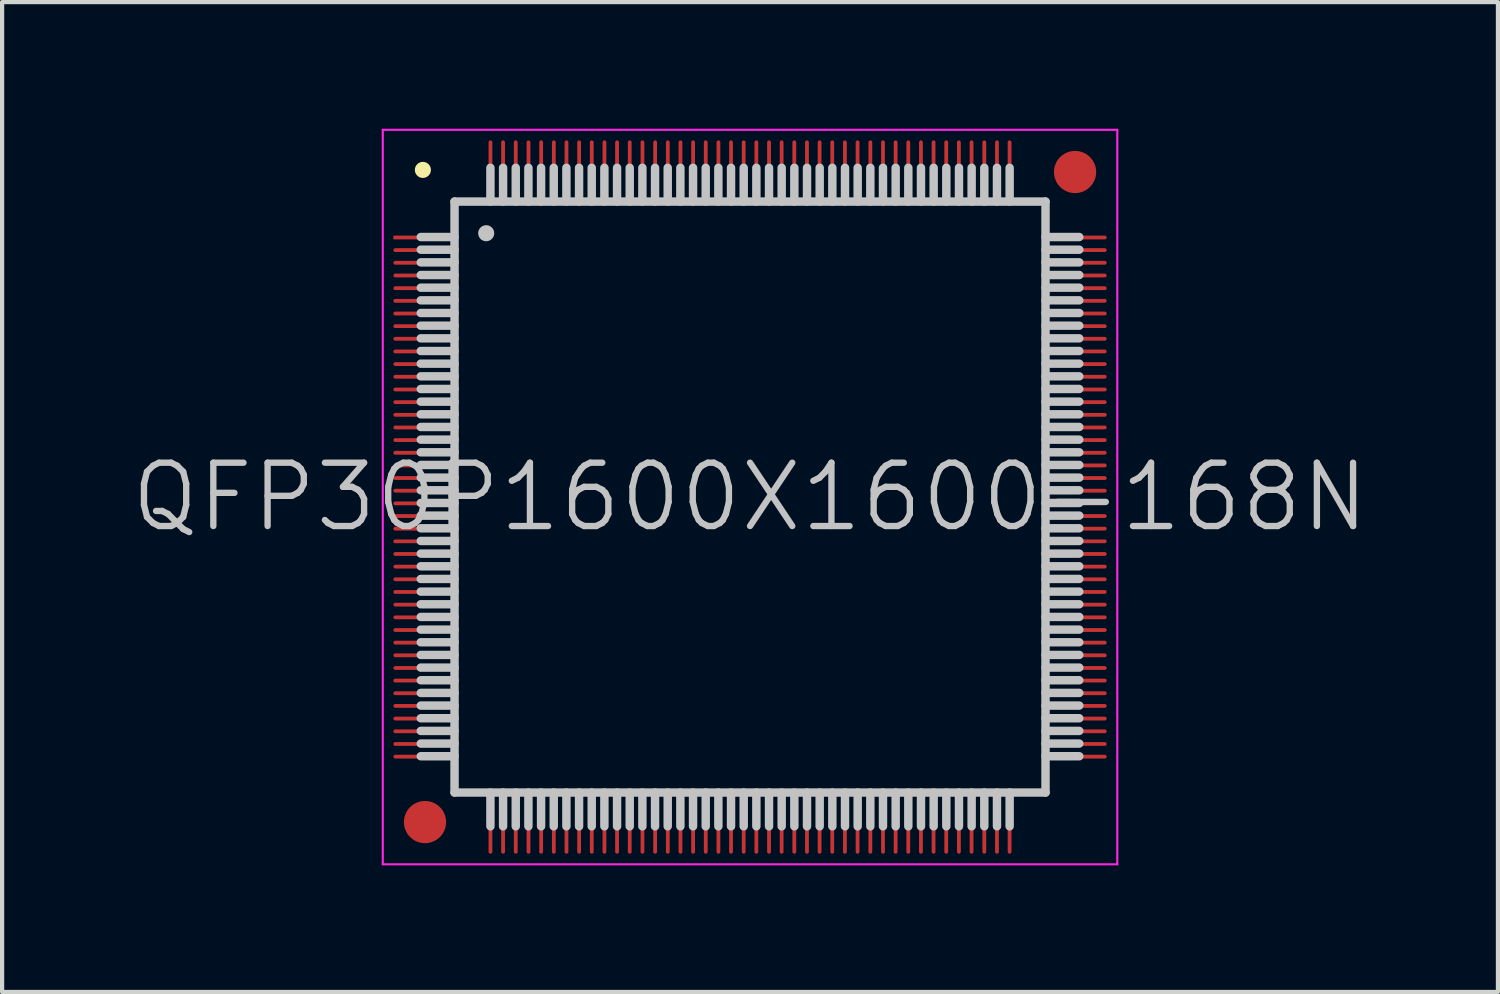
<source format=kicad_pcb>
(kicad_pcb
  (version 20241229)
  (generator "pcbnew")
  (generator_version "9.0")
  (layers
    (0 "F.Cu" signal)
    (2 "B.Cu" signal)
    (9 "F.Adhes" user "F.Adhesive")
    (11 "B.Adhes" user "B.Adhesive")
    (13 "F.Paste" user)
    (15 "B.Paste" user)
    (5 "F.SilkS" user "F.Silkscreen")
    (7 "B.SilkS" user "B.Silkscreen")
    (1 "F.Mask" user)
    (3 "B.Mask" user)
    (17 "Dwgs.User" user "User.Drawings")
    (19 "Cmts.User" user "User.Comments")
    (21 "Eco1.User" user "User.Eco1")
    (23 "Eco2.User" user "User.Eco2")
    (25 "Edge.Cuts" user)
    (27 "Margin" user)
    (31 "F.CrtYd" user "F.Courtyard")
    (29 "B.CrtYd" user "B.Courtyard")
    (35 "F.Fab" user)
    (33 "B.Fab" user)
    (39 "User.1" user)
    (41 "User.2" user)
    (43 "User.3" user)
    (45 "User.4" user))
  (footprint "QFP30P1600X1600-168N"
    (layer "F.Cu")
    (at 14.718 8.725)
    (property "Reference" "QFP30P1600X1600-168N" (at 0 0 0) (layer "Dwgs.User") (effects (font (size 1.5 1.5) (thickness 0.15))))
    (attr smd)
    (fp_line (start -7.75 -7.75) (end -7.75 -7.75) (stroke (width 0.381) (type solid)) (layer "F.SilkS"))
    (fp_line (start -7 -7) (end -7 7) (stroke (width 0.2) (type solid)) (layer "Dwgs.User"))
    (fp_line (start -7 -7) (end 7 -7) (stroke (width 0.2) (type solid)) (layer "Dwgs.User"))
    (fp_line (start -7 -6.16) (end -7.8 -6.16) (stroke (width 0.2) (type solid)) (layer "Dwgs.User"))
    (fp_line (start -7 -5.86) (end -7.8 -5.86) (stroke (width 0.2) (type solid)) (layer "Dwgs.User"))
    (fp_line (start -7 -5.56) (end -7.8 -5.56) (stroke (width 0.2) (type solid)) (layer "Dwgs.User"))
    (fp_line (start -7 -5.26) (end -7.8 -5.26) (stroke (width 0.2) (type solid)) (layer "Dwgs.User"))
    (fp_line (start -7 -4.96) (end -7.8 -4.96) (stroke (width 0.2) (type solid)) (layer "Dwgs.User"))
    (fp_line (start -7 -4.66) (end -7.8 -4.66) (stroke (width 0.2) (type solid)) (layer "Dwgs.User"))
    (fp_line (start -7 -4.36) (end -7.8 -4.36) (stroke (width 0.2) (type solid)) (layer "Dwgs.User"))
    (fp_line (start -7 -4.06) (end -7.8 -4.06) (stroke (width 0.2) (type solid)) (layer "Dwgs.User"))
    (fp_line (start -7 -3.76) (end -7.8 -3.76) (stroke (width 0.2) (type solid)) (layer "Dwgs.User"))
    (fp_line (start -7 -3.46) (end -7.8 -3.46) (stroke (width 0.2) (type solid)) (layer "Dwgs.User"))
    (fp_line (start -7 -3.16) (end -7.8 -3.16) (stroke (width 0.2) (type solid)) (layer "Dwgs.User"))
    (fp_line (start -7 -2.86) (end -7.8 -2.86) (stroke (width 0.2) (type solid)) (layer "Dwgs.User"))
    (fp_line (start -7 -2.56) (end -7.8 -2.56) (stroke (width 0.2) (type solid)) (layer "Dwgs.User"))
    (fp_line (start -7 -2.26) (end -7.8 -2.26) (stroke (width 0.2) (type solid)) (layer "Dwgs.User"))
    (fp_line (start -7 -1.96) (end -7.8 -1.96) (stroke (width 0.2) (type solid)) (layer "Dwgs.User"))
    (fp_line (start -7 -1.66) (end -7.8 -1.66) (stroke (width 0.2) (type solid)) (layer "Dwgs.User"))
    (fp_line (start -7 -1.36) (end -7.8 -1.36) (stroke (width 0.2) (type solid)) (layer "Dwgs.User"))
    (fp_line (start -7 -1.06) (end -7.8 -1.06) (stroke (width 0.2) (type solid)) (layer "Dwgs.User"))
    (fp_line (start -7 -0.76) (end -7.8 -0.76) (stroke (width 0.2) (type solid)) (layer "Dwgs.User"))
    (fp_line (start -7 -0.46) (end -7.8 -0.46) (stroke (width 0.2) (type solid)) (layer "Dwgs.User"))
    (fp_line (start -7 -0.16) (end -7.8 -0.16) (stroke (width 0.2) (type solid)) (layer "Dwgs.User"))
    (fp_line (start -7 0.14) (end -7.8 0.14) (stroke (width 0.2) (type solid)) (layer "Dwgs.User"))
    (fp_line (start -7 0.44) (end -7.8 0.44) (stroke (width 0.2) (type solid)) (layer "Dwgs.User"))
    (fp_line (start -7 0.74) (end -7.8 0.74) (stroke (width 0.2) (type solid)) (layer "Dwgs.User"))
    (fp_line (start -7 1.04) (end -7.8 1.04) (stroke (width 0.2) (type solid)) (layer "Dwgs.User"))
    (fp_line (start -7 1.34) (end -7.8 1.34) (stroke (width 0.2) (type solid)) (layer "Dwgs.User"))
    (fp_line (start -7 1.64) (end -7.8 1.64) (stroke (width 0.2) (type solid)) (layer "Dwgs.User"))
    (fp_line (start -7 1.94) (end -7.8 1.94) (stroke (width 0.2) (type solid)) (layer "Dwgs.User"))
    (fp_line (start -7 2.24) (end -7.8 2.24) (stroke (width 0.2) (type solid)) (layer "Dwgs.User"))
    (fp_line (start -7 2.54) (end -7.8 2.54) (stroke (width 0.2) (type solid)) (layer "Dwgs.User"))
    (fp_line (start -7 2.84) (end -7.8 2.84) (stroke (width 0.2) (type solid)) (layer "Dwgs.User"))
    (fp_line (start -7 3.14) (end -7.8 3.14) (stroke (width 0.2) (type solid)) (layer "Dwgs.User"))
    (fp_line (start -7 3.44) (end -7.8 3.44) (stroke (width 0.2) (type solid)) (layer "Dwgs.User"))
    (fp_line (start -7 3.74) (end -7.8 3.74) (stroke (width 0.2) (type solid)) (layer "Dwgs.User"))
    (fp_line (start -7 4.04) (end -7.8 4.04) (stroke (width 0.2) (type solid)) (layer "Dwgs.User"))
    (fp_line (start -7 4.34) (end -7.8 4.34) (stroke (width 0.2) (type solid)) (layer "Dwgs.User"))
    (fp_line (start -7 4.64) (end -7.8 4.64) (stroke (width 0.2) (type solid)) (layer "Dwgs.User"))
    (fp_line (start -7 4.94) (end -7.8 4.94) (stroke (width 0.2) (type solid)) (layer "Dwgs.User"))
    (fp_line (start -7 5.24) (end -7.8 5.24) (stroke (width 0.2) (type solid)) (layer "Dwgs.User"))
    (fp_line (start -7 5.54) (end -7.8 5.54) (stroke (width 0.2) (type solid)) (layer "Dwgs.User"))
    (fp_line (start -7 5.84) (end -7.8 5.84) (stroke (width 0.2) (type solid)) (layer "Dwgs.User"))
    (fp_line (start -7 6.14) (end -7.8 6.14) (stroke (width 0.2) (type solid)) (layer "Dwgs.User"))
    (fp_line (start -7 7) (end 7 7) (stroke (width 0.2) (type solid)) (layer "Dwgs.User"))
    (fp_line (start -6.25 -6.25) (end -6.25 -6.25) (stroke (width 0.381) (type solid)) (layer "Dwgs.User"))
    (fp_line (start -6.15 -7) (end -6.15 -7.8) (stroke (width 0.2) (type solid)) (layer "Dwgs.User"))
    (fp_line (start -6.15 7.8) (end -6.15 7) (stroke (width 0.2) (type solid)) (layer "Dwgs.User"))
    (fp_line (start -5.85 -7) (end -5.85 -7.8) (stroke (width 0.2) (type solid)) (layer "Dwgs.User"))
    (fp_line (start -5.85 7.8) (end -5.85 7) (stroke (width 0.2) (type solid)) (layer "Dwgs.User"))
    (fp_line (start -5.55 -7) (end -5.55 -7.8) (stroke (width 0.2) (type solid)) (layer "Dwgs.User"))
    (fp_line (start -5.55 7.8) (end -5.55 7) (stroke (width 0.2) (type solid)) (layer "Dwgs.User"))
    (fp_line (start -5.25 -7) (end -5.25 -7.8) (stroke (width 0.2) (type solid)) (layer "Dwgs.User"))
    (fp_line (start -5.25 7.8) (end -5.25 7) (stroke (width 0.2) (type solid)) (layer "Dwgs.User"))
    (fp_line (start -4.95 -7) (end -4.95 -7.8) (stroke (width 0.2) (type solid)) (layer "Dwgs.User"))
    (fp_line (start -4.95 7.8) (end -4.95 7) (stroke (width 0.2) (type solid)) (layer "Dwgs.User"))
    (fp_line (start -4.65 -7) (end -4.65 -7.8) (stroke (width 0.2) (type solid)) (layer "Dwgs.User"))
    (fp_line (start -4.65 7.8) (end -4.65 7) (stroke (width 0.2) (type solid)) (layer "Dwgs.User"))
    (fp_line (start -4.35 -7) (end -4.35 -7.8) (stroke (width 0.2) (type solid)) (layer "Dwgs.User"))
    (fp_line (start -4.35 7.8) (end -4.35 7) (stroke (width 0.2) (type solid)) (layer "Dwgs.User"))
    (fp_line (start -4.05 -7) (end -4.05 -7.8) (stroke (width 0.2) (type solid)) (layer "Dwgs.User"))
    (fp_line (start -4.05 7.8) (end -4.05 7) (stroke (width 0.2) (type solid)) (layer "Dwgs.User"))
    (fp_line (start -3.75 -7) (end -3.75 -7.8) (stroke (width 0.2) (type solid)) (layer "Dwgs.User"))
    (fp_line (start -3.75 7.8) (end -3.75 7) (stroke (width 0.2) (type solid)) (layer "Dwgs.User"))
    (fp_line (start -3.45 -7) (end -3.45 -7.8) (stroke (width 0.2) (type solid)) (layer "Dwgs.User"))
    (fp_line (start -3.45 7.8) (end -3.45 7) (stroke (width 0.2) (type solid)) (layer "Dwgs.User"))
    (fp_line (start -3.15 -7) (end -3.15 -7.8) (stroke (width 0.2) (type solid)) (layer "Dwgs.User"))
    (fp_line (start -3.15 7.8) (end -3.15 7) (stroke (width 0.2) (type solid)) (layer "Dwgs.User"))
    (fp_line (start -2.85 -7) (end -2.85 -7.8) (stroke (width 0.2) (type solid)) (layer "Dwgs.User"))
    (fp_line (start -2.85 7.8) (end -2.85 7) (stroke (width 0.2) (type solid)) (layer "Dwgs.User"))
    (fp_line (start -2.55 -7) (end -2.55 -7.8) (stroke (width 0.2) (type solid)) (layer "Dwgs.User"))
    (fp_line (start -2.55 7.8) (end -2.55 7) (stroke (width 0.2) (type solid)) (layer "Dwgs.User"))
    (fp_line (start -2.25 -7) (end -2.25 -7.8) (stroke (width 0.2) (type solid)) (layer "Dwgs.User"))
    (fp_line (start -2.25 7.8) (end -2.25 7) (stroke (width 0.2) (type solid)) (layer "Dwgs.User"))
    (fp_line (start -1.95 -7) (end -1.95 -7.8) (stroke (width 0.2) (type solid)) (layer "Dwgs.User"))
    (fp_line (start -1.95 7.8) (end -1.95 7) (stroke (width 0.2) (type solid)) (layer "Dwgs.User"))
    (fp_line (start -1.65 -7) (end -1.65 -7.8) (stroke (width 0.2) (type solid)) (layer "Dwgs.User"))
    (fp_line (start -1.65 7.8) (end -1.65 7) (stroke (width 0.2) (type solid)) (layer "Dwgs.User"))
    (fp_line (start -1.35 -7) (end -1.35 -7.8) (stroke (width 0.2) (type solid)) (layer "Dwgs.User"))
    (fp_line (start -1.35 7.8) (end -1.35 7) (stroke (width 0.2) (type solid)) (layer "Dwgs.User"))
    (fp_line (start -1.05 -7) (end -1.05 -7.8) (stroke (width 0.2) (type solid)) (layer "Dwgs.User"))
    (fp_line (start -1.05 7.8) (end -1.05 7) (stroke (width 0.2) (type solid)) (layer "Dwgs.User"))
    (fp_line (start -0.75 -7) (end -0.75 -7.8) (stroke (width 0.2) (type solid)) (layer "Dwgs.User"))
    (fp_line (start -0.75 7.8) (end -0.75 7) (stroke (width 0.2) (type solid)) (layer "Dwgs.User"))
    (fp_line (start -0.45 -7) (end -0.45 -7.8) (stroke (width 0.2) (type solid)) (layer "Dwgs.User"))
    (fp_line (start -0.45 7.8) (end -0.45 7) (stroke (width 0.2) (type solid)) (layer "Dwgs.User"))
    (fp_line (start -0.15 -7) (end -0.15 -7.8) (stroke (width 0.2) (type solid)) (layer "Dwgs.User"))
    (fp_line (start -0.15 7.8) (end -0.15 7) (stroke (width 0.2) (type solid)) (layer "Dwgs.User"))
    (fp_line (start 0.15 -7) (end 0.15 -7.8) (stroke (width 0.2) (type solid)) (layer "Dwgs.User"))
    (fp_line (start 0.15 7.8) (end 0.15 7) (stroke (width 0.2) (type solid)) (layer "Dwgs.User"))
    (fp_line (start 0.45 -7) (end 0.45 -7.8) (stroke (width 0.2) (type solid)) (layer "Dwgs.User"))
    (fp_line (start 0.45 7.8) (end 0.45 7) (stroke (width 0.2) (type solid)) (layer "Dwgs.User"))
    (fp_line (start 0.75 -7) (end 0.75 -7.8) (stroke (width 0.2) (type solid)) (layer "Dwgs.User"))
    (fp_line (start 0.75 7.8) (end 0.75 7) (stroke (width 0.2) (type solid)) (layer "Dwgs.User"))
    (fp_line (start 1.05 -7) (end 1.05 -7.8) (stroke (width 0.2) (type solid)) (layer "Dwgs.User"))
    (fp_line (start 1.05 7.8) (end 1.05 7) (stroke (width 0.2) (type solid)) (layer "Dwgs.User"))
    (fp_line (start 1.35 -7) (end 1.35 -7.8) (stroke (width 0.2) (type solid)) (layer "Dwgs.User"))
    (fp_line (start 1.35 7.8) (end 1.35 7) (stroke (width 0.2) (type solid)) (layer "Dwgs.User"))
    (fp_line (start 1.65 -7) (end 1.65 -7.8) (stroke (width 0.2) (type solid)) (layer "Dwgs.User"))
    (fp_line (start 1.65 7.8) (end 1.65 7) (stroke (width 0.2) (type solid)) (layer "Dwgs.User"))
    (fp_line (start 1.95 -7) (end 1.95 -7.8) (stroke (width 0.2) (type solid)) (layer "Dwgs.User"))
    (fp_line (start 1.95 7.8) (end 1.95 7) (stroke (width 0.2) (type solid)) (layer "Dwgs.User"))
    (fp_line (start 2.25 -7) (end 2.25 -7.8) (stroke (width 0.2) (type solid)) (layer "Dwgs.User"))
    (fp_line (start 2.25 7.8) (end 2.25 7) (stroke (width 0.2) (type solid)) (layer "Dwgs.User"))
    (fp_line (start 2.55 -7) (end 2.55 -7.8) (stroke (width 0.2) (type solid)) (layer "Dwgs.User"))
    (fp_line (start 2.55 7.8) (end 2.55 7) (stroke (width 0.2) (type solid)) (layer "Dwgs.User"))
    (fp_line (start 2.85 -7) (end 2.85 -7.8) (stroke (width 0.2) (type solid)) (layer "Dwgs.User"))
    (fp_line (start 2.85 7.8) (end 2.85 7) (stroke (width 0.2) (type solid)) (layer "Dwgs.User"))
    (fp_line (start 3.15 -7) (end 3.15 -7.8) (stroke (width 0.2) (type solid)) (layer "Dwgs.User"))
    (fp_line (start 3.15 7.8) (end 3.15 7) (stroke (width 0.2) (type solid)) (layer "Dwgs.User"))
    (fp_line (start 3.45 -7) (end 3.45 -7.8) (stroke (width 0.2) (type solid)) (layer "Dwgs.User"))
    (fp_line (start 3.45 7.8) (end 3.45 7) (stroke (width 0.2) (type solid)) (layer "Dwgs.User"))
    (fp_line (start 3.75 -7) (end 3.75 -7.8) (stroke (width 0.2) (type solid)) (layer "Dwgs.User"))
    (fp_line (start 3.75 7.8) (end 3.75 7) (stroke (width 0.2) (type solid)) (layer "Dwgs.User"))
    (fp_line (start 4.05 -7) (end 4.05 -7.8) (stroke (width 0.2) (type solid)) (layer "Dwgs.User"))
    (fp_line (start 4.05 7.8) (end 4.05 7) (stroke (width 0.2) (type solid)) (layer "Dwgs.User"))
    (fp_line (start 4.35 -7) (end 4.35 -7.8) (stroke (width 0.2) (type solid)) (layer "Dwgs.User"))
    (fp_line (start 4.35 7.8) (end 4.35 7) (stroke (width 0.2) (type solid)) (layer "Dwgs.User"))
    (fp_line (start 4.65 -7) (end 4.65 -7.8) (stroke (width 0.2) (type solid)) (layer "Dwgs.User"))
    (fp_line (start 4.65 7.8) (end 4.65 7) (stroke (width 0.2) (type solid)) (layer "Dwgs.User"))
    (fp_line (start 4.95 -7) (end 4.95 -7.8) (stroke (width 0.2) (type solid)) (layer "Dwgs.User"))
    (fp_line (start 4.95 7.8) (end 4.95 7) (stroke (width 0.2) (type solid)) (layer "Dwgs.User"))
    (fp_line (start 5.25 -7) (end 5.25 -7.8) (stroke (width 0.2) (type solid)) (layer "Dwgs.User"))
    (fp_line (start 5.25 7.8) (end 5.25 7) (stroke (width 0.2) (type solid)) (layer "Dwgs.User"))
    (fp_line (start 5.55 -7) (end 5.55 -7.8) (stroke (width 0.2) (type solid)) (layer "Dwgs.User"))
    (fp_line (start 5.55 7.8) (end 5.55 7) (stroke (width 0.2) (type solid)) (layer "Dwgs.User"))
    (fp_line (start 5.85 -7) (end 5.85 -7.8) (stroke (width 0.2) (type solid)) (layer "Dwgs.User"))
    (fp_line (start 5.85 7.8) (end 5.85 7) (stroke (width 0.2) (type solid)) (layer "Dwgs.User"))
    (fp_line (start 6.15 -7) (end 6.15 -7.8) (stroke (width 0.2) (type solid)) (layer "Dwgs.User"))
    (fp_line (start 6.15 7.8) (end 6.15 7) (stroke (width 0.2) (type solid)) (layer "Dwgs.User"))
    (fp_line (start 7 -7) (end 7 7) (stroke (width 0.2) (type solid)) (layer "Dwgs.User"))
    (fp_line (start 7.8 -6.16) (end 7 -6.16) (stroke (width 0.2) (type solid)) (layer "Dwgs.User"))
    (fp_line (start 7.8 -5.86) (end 7 -5.86) (stroke (width 0.2) (type solid)) (layer "Dwgs.User"))
    (fp_line (start 7.8 -5.56) (end 7 -5.56) (stroke (width 0.2) (type solid)) (layer "Dwgs.User"))
    (fp_line (start 7.8 -5.26) (end 7 -5.26) (stroke (width 0.2) (type solid)) (layer "Dwgs.User"))
    (fp_line (start 7.8 -4.96) (end 7 -4.96) (stroke (width 0.2) (type solid)) (layer "Dwgs.User"))
    (fp_line (start 7.8 -4.66) (end 7 -4.66) (stroke (width 0.2) (type solid)) (layer "Dwgs.User"))
    (fp_line (start 7.8 -4.36) (end 7 -4.36) (stroke (width 0.2) (type solid)) (layer "Dwgs.User"))
    (fp_line (start 7.8 -4.06) (end 7 -4.06) (stroke (width 0.2) (type solid)) (layer "Dwgs.User"))
    (fp_line (start 7.8 -3.76) (end 7 -3.76) (stroke (width 0.2) (type solid)) (layer "Dwgs.User"))
    (fp_line (start 7.8 -3.46) (end 7 -3.46) (stroke (width 0.2) (type solid)) (layer "Dwgs.User"))
    (fp_line (start 7.8 -3.16) (end 7 -3.16) (stroke (width 0.2) (type solid)) (layer "Dwgs.User"))
    (fp_line (start 7.8 -2.86) (end 7 -2.86) (stroke (width 0.2) (type solid)) (layer "Dwgs.User"))
    (fp_line (start 7.8 -2.56) (end 7 -2.56) (stroke (width 0.2) (type solid)) (layer "Dwgs.User"))
    (fp_line (start 7.8 -2.26) (end 7 -2.26) (stroke (width 0.2) (type solid)) (layer "Dwgs.User"))
    (fp_line (start 7.8 -1.96) (end 7 -1.96) (stroke (width 0.2) (type solid)) (layer "Dwgs.User"))
    (fp_line (start 7.8 -1.66) (end 7 -1.66) (stroke (width 0.2) (type solid)) (layer "Dwgs.User"))
    (fp_line (start 7.8 -1.36) (end 7 -1.36) (stroke (width 0.2) (type solid)) (layer "Dwgs.User"))
    (fp_line (start 7.8 -1.06) (end 7 -1.06) (stroke (width 0.2) (type solid)) (layer "Dwgs.User"))
    (fp_line (start 7.8 -0.76) (end 7 -0.76) (stroke (width 0.2) (type solid)) (layer "Dwgs.User"))
    (fp_line (start 7.8 -0.46) (end 7 -0.46) (stroke (width 0.2) (type solid)) (layer "Dwgs.User"))
    (fp_line (start 7.8 -0.16) (end 7 -0.16) (stroke (width 0.2) (type solid)) (layer "Dwgs.User"))
    (fp_line (start 7.8 0.14) (end 7 0.14) (stroke (width 0.2) (type solid)) (layer "Dwgs.User"))
    (fp_line (start 7.8 0.44) (end 7 0.44) (stroke (width 0.2) (type solid)) (layer "Dwgs.User"))
    (fp_line (start 7.8 0.74) (end 7 0.74) (stroke (width 0.2) (type solid)) (layer "Dwgs.User"))
    (fp_line (start 7.8 1.04) (end 7 1.04) (stroke (width 0.2) (type solid)) (layer "Dwgs.User"))
    (fp_line (start 7.8 1.34) (end 7 1.34) (stroke (width 0.2) (type solid)) (layer "Dwgs.User"))
    (fp_line (start 7.8 1.64) (end 7 1.64) (stroke (width 0.2) (type solid)) (layer "Dwgs.User"))
    (fp_line (start 7.8 1.94) (end 7 1.94) (stroke (width 0.2) (type solid)) (layer "Dwgs.User"))
    (fp_line (start 7.8 2.24) (end 7 2.24) (stroke (width 0.2) (type solid)) (layer "Dwgs.User"))
    (fp_line (start 7.8 2.54) (end 7 2.54) (stroke (width 0.2) (type solid)) (layer "Dwgs.User"))
    (fp_line (start 7.8 2.84) (end 7 2.84) (stroke (width 0.2) (type solid)) (layer "Dwgs.User"))
    (fp_line (start 7.8 3.14) (end 7 3.14) (stroke (width 0.2) (type solid)) (layer "Dwgs.User"))
    (fp_line (start 7.8 3.44) (end 7 3.44) (stroke (width 0.2) (type solid)) (layer "Dwgs.User"))
    (fp_line (start 7.8 3.74) (end 7 3.74) (stroke (width 0.2) (type solid)) (layer "Dwgs.User"))
    (fp_line (start 7.8 4.04) (end 7 4.04) (stroke (width 0.2) (type solid)) (layer "Dwgs.User"))
    (fp_line (start 7.8 4.34) (end 7 4.34) (stroke (width 0.2) (type solid)) (layer "Dwgs.User"))
    (fp_line (start 7.8 4.64) (end 7 4.64) (stroke (width 0.2) (type solid)) (layer "Dwgs.User"))
    (fp_line (start 7.8 4.94) (end 7 4.94) (stroke (width 0.2) (type solid)) (layer "Dwgs.User"))
    (fp_line (start 7.8 5.24) (end 7 5.24) (stroke (width 0.2) (type solid)) (layer "Dwgs.User"))
    (fp_line (start 7.8 5.54) (end 7 5.54) (stroke (width 0.2) (type solid)) (layer "Dwgs.User"))
    (fp_line (start 7.8 5.84) (end 7 5.84) (stroke (width 0.2) (type solid)) (layer "Dwgs.User"))
    (fp_line (start 7.8 6.14) (end 7 6.14) (stroke (width 0.2) (type solid)) (layer "Dwgs.User"))
    (fp_line (start -8.7 -8.7) (end -8.7 8.7) (stroke (width 0.05) (type solid)) (layer "F.CrtYd"))
    (fp_line (start -8.7 -8.7) (end 8.7 -8.7) (stroke (width 0.05) (type solid)) (layer "F.CrtYd"))
    (fp_line (start -8.7 8.7) (end 8.7 8.7) (stroke (width 0.05) (type solid)) (layer "F.CrtYd"))
    (fp_line (start 8.7 -8.7) (end 8.7 8.7) (stroke (width 0.05) (type solid)) (layer "F.CrtYd"))
    (pad "" smd circle (at -7.7 7.7) (size 1 1) (layers "F.Cu" "F.Mask"))
    (pad "" smd circle (at 7.7 -7.7) (size 1 1) (layers "F.Cu" "F.Mask"))
    (pad "1" smd rect (at -7.699 -6.149 90) (size 0.09 1.5) (layers "F.Cu" "F.Mask" "F.Paste"))
    (pad "2" smd oval (at -7.699 -5.85 90) (size 0.09 1.5) (layers "F.Cu" "F.Mask" "F.Paste"))
    (pad "3" smd oval (at -7.699 -5.55 90) (size 0.09 1.5) (layers "F.Cu" "F.Mask" "F.Paste"))
    (pad "4" smd oval (at -7.699 -5.248 90) (size 0.09 1.5) (layers "F.Cu" "F.Mask" "F.Paste"))
    (pad "5" smd oval (at -7.699 -4.948 90) (size 0.09 1.5) (layers "F.Cu" "F.Mask" "F.Paste"))
    (pad "6" smd oval (at -7.699 -4.648 90) (size 0.09 1.5) (layers "F.Cu" "F.Mask" "F.Paste"))
    (pad "7" smd oval (at -7.699 -4.348 90) (size 0.09 1.5) (layers "F.Cu" "F.Mask" "F.Paste"))
    (pad "8" smd oval (at -7.699 -4.049 90) (size 0.09 1.5) (layers "F.Cu" "F.Mask" "F.Paste"))
    (pad "9" smd oval (at -7.699 -3.749 90) (size 0.09 1.5) (layers "F.Cu" "F.Mask" "F.Paste"))
    (pad "10" smd oval (at -7.699 -3.449 90) (size 0.09 1.5) (layers "F.Cu" "F.Mask" "F.Paste"))
    (pad "11" smd oval (at -7.699 -3.15 90) (size 0.09 1.5) (layers "F.Cu" "F.Mask" "F.Paste"))
    (pad "12" smd oval (at -7.699 -2.85 90) (size 0.09 1.5) (layers "F.Cu" "F.Mask" "F.Paste"))
    (pad "13" smd oval (at -7.699 -2.548 90) (size 0.09 1.5) (layers "F.Cu" "F.Mask" "F.Paste"))
    (pad "14" smd oval (at -7.699 -2.248 90) (size 0.09 1.5) (layers "F.Cu" "F.Mask" "F.Paste"))
    (pad "15" smd oval (at -7.699 -1.948 90) (size 0.09 1.5) (layers "F.Cu" "F.Mask" "F.Paste"))
    (pad "16" smd oval (at -7.699 -1.648 90) (size 0.09 1.5) (layers "F.Cu" "F.Mask" "F.Paste"))
    (pad "17" smd oval (at -7.699 -1.349 90) (size 0.09 1.5) (layers "F.Cu" "F.Mask" "F.Paste"))
    (pad "18" smd oval (at -7.699 -1.049 90) (size 0.09 1.5) (layers "F.Cu" "F.Mask" "F.Paste"))
    (pad "19" smd oval (at -7.699 -0.749 90) (size 0.09 1.5) (layers "F.Cu" "F.Mask" "F.Paste"))
    (pad "20" smd oval (at -7.699 -0.45 90) (size 0.09 1.5) (layers "F.Cu" "F.Mask" "F.Paste"))
    (pad "21" smd oval (at -7.699 -0.15 90) (size 0.09 1.5) (layers "F.Cu" "F.Mask" "F.Paste"))
    (pad "22" smd oval (at -7.699 0.15 90) (size 0.09 1.5) (layers "F.Cu" "F.Mask" "F.Paste"))
    (pad "23" smd oval (at -7.699 0.45 90) (size 0.09 1.5) (layers "F.Cu" "F.Mask" "F.Paste"))
    (pad "24" smd oval (at -7.699 0.749 90) (size 0.09 1.5) (layers "F.Cu" "F.Mask" "F.Paste"))
    (pad "25" smd oval (at -7.699 1.049 90) (size 0.09 1.5) (layers "F.Cu" "F.Mask" "F.Paste"))
    (pad "26" smd oval (at -7.699 1.349 90) (size 0.09 1.5) (layers "F.Cu" "F.Mask" "F.Paste"))
    (pad "27" smd oval (at -7.699 1.648 90) (size 0.09 1.5) (layers "F.Cu" "F.Mask" "F.Paste"))
    (pad "28" smd oval (at -7.699 1.948 90) (size 0.09 1.5) (layers "F.Cu" "F.Mask" "F.Paste"))
    (pad "29" smd oval (at -7.699 2.248 90) (size 0.09 1.5) (layers "F.Cu" "F.Mask" "F.Paste"))
    (pad "30" smd oval (at -7.699 2.548 90) (size 0.09 1.5) (layers "F.Cu" "F.Mask" "F.Paste"))
    (pad "31" smd oval (at -7.699 2.85 90) (size 0.09 1.5) (layers "F.Cu" "F.Mask" "F.Paste"))
    (pad "32" smd oval (at -7.699 3.15 90) (size 0.09 1.5) (layers "F.Cu" "F.Mask" "F.Paste"))
    (pad "33" smd oval (at -7.699 3.449 90) (size 0.09 1.5) (layers "F.Cu" "F.Mask" "F.Paste"))
    (pad "34" smd oval (at -7.699 3.749 90) (size 0.09 1.5) (layers "F.Cu" "F.Mask" "F.Paste"))
    (pad "35" smd oval (at -7.699 4.049 90) (size 0.09 1.5) (layers "F.Cu" "F.Mask" "F.Paste"))
    (pad "36" smd oval (at -7.699 4.348 90) (size 0.09 1.5) (layers "F.Cu" "F.Mask" "F.Paste"))
    (pad "37" smd oval (at -7.699 4.648 90) (size 0.09 1.5) (layers "F.Cu" "F.Mask" "F.Paste"))
    (pad "38" smd oval (at -7.699 4.948 90) (size 0.09 1.5) (layers "F.Cu" "F.Mask" "F.Paste"))
    (pad "39" smd oval (at -7.699 5.248 90) (size 0.09 1.5) (layers "F.Cu" "F.Mask" "F.Paste"))
    (pad "40" smd oval (at -7.699 5.55 90) (size 0.09 1.5) (layers "F.Cu" "F.Mask" "F.Paste"))
    (pad "41" smd oval (at -7.699 5.85 90) (size 0.09 1.5) (layers "F.Cu" "F.Mask" "F.Paste"))
    (pad "42" smd oval (at -7.699 6.149 90) (size 0.09 1.5) (layers "F.Cu" "F.Mask" "F.Paste"))
    (pad "43" smd oval (at -6.149 7.699 180) (size 0.09 1.5) (layers "F.Cu" "F.Mask" "F.Paste"))
    (pad "44" smd oval (at -5.85 7.699 180) (size 0.09 1.5) (layers "F.Cu" "F.Mask" "F.Paste"))
    (pad "45" smd oval (at -5.55 7.699 180) (size 0.09 1.5) (layers "F.Cu" "F.Mask" "F.Paste"))
    (pad "46" smd oval (at -5.248 7.699 180) (size 0.09 1.5) (layers "F.Cu" "F.Mask" "F.Paste"))
    (pad "47" smd oval (at -4.948 7.699 180) (size 0.09 1.5) (layers "F.Cu" "F.Mask" "F.Paste"))
    (pad "48" smd oval (at -4.648 7.699 180) (size 0.09 1.5) (layers "F.Cu" "F.Mask" "F.Paste"))
    (pad "49" smd oval (at -4.348 7.699 180) (size 0.09 1.5) (layers "F.Cu" "F.Mask" "F.Paste"))
    (pad "50" smd oval (at -4.049 7.699 180) (size 0.09 1.5) (layers "F.Cu" "F.Mask" "F.Paste"))
    (pad "51" smd oval (at -3.749 7.699 180) (size 0.09 1.5) (layers "F.Cu" "F.Mask" "F.Paste"))
    (pad "52" smd oval (at -3.449 7.699 180) (size 0.09 1.5) (layers "F.Cu" "F.Mask" "F.Paste"))
    (pad "53" smd oval (at -3.15 7.699 180) (size 0.09 1.5) (layers "F.Cu" "F.Mask" "F.Paste"))
    (pad "54" smd oval (at -2.85 7.699 180) (size 0.09 1.5) (layers "F.Cu" "F.Mask" "F.Paste"))
    (pad "55" smd oval (at -2.548 7.699 180) (size 0.09 1.5) (layers "F.Cu" "F.Mask" "F.Paste"))
    (pad "56" smd oval (at -2.248 7.699 180) (size 0.09 1.5) (layers "F.Cu" "F.Mask" "F.Paste"))
    (pad "57" smd oval (at -1.948 7.699 180) (size 0.09 1.5) (layers "F.Cu" "F.Mask" "F.Paste"))
    (pad "58" smd oval (at -1.648 7.699 180) (size 0.09 1.5) (layers "F.Cu" "F.Mask" "F.Paste"))
    (pad "59" smd oval (at -1.349 7.699 180) (size 0.09 1.5) (layers "F.Cu" "F.Mask" "F.Paste"))
    (pad "60" smd oval (at -1.049 7.699 180) (size 0.09 1.5) (layers "F.Cu" "F.Mask" "F.Paste"))
    (pad "61" smd oval (at -0.749 7.699 180) (size 0.09 1.5) (layers "F.Cu" "F.Mask" "F.Paste"))
    (pad "62" smd oval (at -0.45 7.699 180) (size 0.09 1.5) (layers "F.Cu" "F.Mask" "F.Paste"))
    (pad "63" smd oval (at -0.15 7.699 180) (size 0.09 1.5) (layers "F.Cu" "F.Mask" "F.Paste"))
    (pad "64" smd oval (at 0.15 7.699 180) (size 0.09 1.5) (layers "F.Cu" "F.Mask" "F.Paste"))
    (pad "65" smd oval (at 0.45 7.699 180) (size 0.09 1.5) (layers "F.Cu" "F.Mask" "F.Paste"))
    (pad "66" smd oval (at 0.749 7.699 180) (size 0.09 1.5) (layers "F.Cu" "F.Mask" "F.Paste"))
    (pad "67" smd oval (at 1.049 7.699 180) (size 0.09 1.5) (layers "F.Cu" "F.Mask" "F.Paste"))
    (pad "68" smd oval (at 1.349 7.699 180) (size 0.09 1.5) (layers "F.Cu" "F.Mask" "F.Paste"))
    (pad "69" smd oval (at 1.648 7.699 180) (size 0.09 1.5) (layers "F.Cu" "F.Mask" "F.Paste"))
    (pad "70" smd oval (at 1.948 7.699 180) (size 0.09 1.5) (layers "F.Cu" "F.Mask" "F.Paste"))
    (pad "71" smd oval (at 2.248 7.699 180) (size 0.09 1.5) (layers "F.Cu" "F.Mask" "F.Paste"))
    (pad "72" smd oval (at 2.548 7.699 180) (size 0.09 1.5) (layers "F.Cu" "F.Mask" "F.Paste"))
    (pad "73" smd oval (at 2.85 7.699 180) (size 0.09 1.5) (layers "F.Cu" "F.Mask" "F.Paste"))
    (pad "74" smd oval (at 3.15 7.699 180) (size 0.09 1.5) (layers "F.Cu" "F.Mask" "F.Paste"))
    (pad "75" smd oval (at 3.449 7.699 180) (size 0.09 1.5) (layers "F.Cu" "F.Mask" "F.Paste"))
    (pad "76" smd oval (at 3.749 7.699 180) (size 0.09 1.5) (layers "F.Cu" "F.Mask" "F.Paste"))
    (pad "77" smd oval (at 4.049 7.699 180) (size 0.09 1.5) (layers "F.Cu" "F.Mask" "F.Paste"))
    (pad "78" smd oval (at 4.348 7.699 180) (size 0.09 1.5) (layers "F.Cu" "F.Mask" "F.Paste"))
    (pad "79" smd oval (at 4.648 7.699 180) (size 0.09 1.5) (layers "F.Cu" "F.Mask" "F.Paste"))
    (pad "80" smd oval (at 4.948 7.699 180) (size 0.09 1.5) (layers "F.Cu" "F.Mask" "F.Paste"))
    (pad "81" smd oval (at 5.248 7.699 180) (size 0.09 1.5) (layers "F.Cu" "F.Mask" "F.Paste"))
    (pad "82" smd oval (at 5.55 7.699 180) (size 0.09 1.5) (layers "F.Cu" "F.Mask" "F.Paste"))
    (pad "83" smd oval (at 5.85 7.699 180) (size 0.09 1.5) (layers "F.Cu" "F.Mask" "F.Paste"))
    (pad "84" smd oval (at 6.149 7.699 180) (size 0.09 1.5) (layers "F.Cu" "F.Mask" "F.Paste"))
    (pad "85" smd oval (at 7.699 6.149 270) (size 0.09 1.5) (layers "F.Cu" "F.Mask" "F.Paste"))
    (pad "86" smd oval (at 7.699 5.85 270) (size 0.09 1.5) (layers "F.Cu" "F.Mask" "F.Paste"))
    (pad "87" smd oval (at 7.699 5.55 270) (size 0.09 1.5) (layers "F.Cu" "F.Mask" "F.Paste"))
    (pad "88" smd oval (at 7.699 5.248 270) (size 0.09 1.5) (layers "F.Cu" "F.Mask" "F.Paste"))
    (pad "89" smd oval (at 7.699 4.948 270) (size 0.09 1.5) (layers "F.Cu" "F.Mask" "F.Paste"))
    (pad "90" smd oval (at 7.699 4.648 270) (size 0.09 1.5) (layers "F.Cu" "F.Mask" "F.Paste"))
    (pad "91" smd oval (at 7.699 4.348 270) (size 0.09 1.5) (layers "F.Cu" "F.Mask" "F.Paste"))
    (pad "92" smd oval (at 7.699 4.049 270) (size 0.09 1.5) (layers "F.Cu" "F.Mask" "F.Paste"))
    (pad "93" smd oval (at 7.699 3.749 270) (size 0.09 1.5) (layers "F.Cu" "F.Mask" "F.Paste"))
    (pad "94" smd oval (at 7.699 3.449 270) (size 0.09 1.5) (layers "F.Cu" "F.Mask" "F.Paste"))
    (pad "95" smd oval (at 7.699 3.15 270) (size 0.09 1.5) (layers "F.Cu" "F.Mask" "F.Paste"))
    (pad "96" smd oval (at 7.699 2.85 270) (size 0.09 1.5) (layers "F.Cu" "F.Mask" "F.Paste"))
    (pad "97" smd oval (at 7.699 2.548 270) (size 0.09 1.5) (layers "F.Cu" "F.Mask" "F.Paste"))
    (pad "98" smd oval (at 7.699 2.248 270) (size 0.09 1.5) (layers "F.Cu" "F.Mask" "F.Paste"))
    (pad "99" smd oval (at 7.699 1.948 270) (size 0.09 1.5) (layers "F.Cu" "F.Mask" "F.Paste"))
    (pad "100" smd oval (at 7.699 1.648 270) (size 0.09 1.5) (layers "F.Cu" "F.Mask" "F.Paste"))
    (pad "101" smd oval (at 7.699 1.349 270) (size 0.09 1.5) (layers "F.Cu" "F.Mask" "F.Paste"))
    (pad "102" smd oval (at 7.699 1.049 270) (size 0.09 1.5) (layers "F.Cu" "F.Mask" "F.Paste"))
    (pad "103" smd oval (at 7.699 0.749 270) (size 0.09 1.5) (layers "F.Cu" "F.Mask" "F.Paste"))
    (pad "104" smd oval (at 7.699 0.45 270) (size 0.09 1.5) (layers "F.Cu" "F.Mask" "F.Paste"))
    (pad "105" smd oval (at 7.699 0.15 270) (size 0.09 1.5) (layers "F.Cu" "F.Mask" "F.Paste"))
    (pad "106" smd oval (at 7.699 -0.15 270) (size 0.09 1.5) (layers "F.Cu" "F.Mask" "F.Paste"))
    (pad "107" smd oval (at 7.699 -0.45 270) (size 0.09 1.5) (layers "F.Cu" "F.Mask" "F.Paste"))
    (pad "108" smd oval (at 7.699 -0.749 270) (size 0.09 1.5) (layers "F.Cu" "F.Mask" "F.Paste"))
    (pad "109" smd oval (at 7.699 -1.049 270) (size 0.09 1.5) (layers "F.Cu" "F.Mask" "F.Paste"))
    (pad "110" smd oval (at 7.699 -1.349 270) (size 0.09 1.5) (layers "F.Cu" "F.Mask" "F.Paste"))
    (pad "111" smd oval (at 7.699 -1.648 270) (size 0.09 1.5) (layers "F.Cu" "F.Mask" "F.Paste"))
    (pad "112" smd oval (at 7.699 -1.948 270) (size 0.09 1.5) (layers "F.Cu" "F.Mask" "F.Paste"))
    (pad "113" smd oval (at 7.699 -2.248 270) (size 0.09 1.5) (layers "F.Cu" "F.Mask" "F.Paste"))
    (pad "114" smd oval (at 7.699 -2.548 270) (size 0.09 1.5) (layers "F.Cu" "F.Mask" "F.Paste"))
    (pad "115" smd oval (at 7.699 -2.85 270) (size 0.09 1.5) (layers "F.Cu" "F.Mask" "F.Paste"))
    (pad "116" smd oval (at 7.699 -3.15 270) (size 0.09 1.5) (layers "F.Cu" "F.Mask" "F.Paste"))
    (pad "117" smd oval (at 7.699 -3.449 270) (size 0.09 1.5) (layers "F.Cu" "F.Mask" "F.Paste"))
    (pad "118" smd oval (at 7.699 -3.749 270) (size 0.09 1.5) (layers "F.Cu" "F.Mask" "F.Paste"))
    (pad "119" smd oval (at 7.699 -4.049 270) (size 0.09 1.5) (layers "F.Cu" "F.Mask" "F.Paste"))
    (pad "120" smd oval (at 7.699 -4.348 270) (size 0.09 1.5) (layers "F.Cu" "F.Mask" "F.Paste"))
    (pad "121" smd oval (at 7.699 -4.648 270) (size 0.09 1.5) (layers "F.Cu" "F.Mask" "F.Paste"))
    (pad "122" smd oval (at 7.699 -4.948 270) (size 0.09 1.5) (layers "F.Cu" "F.Mask" "F.Paste"))
    (pad "123" smd oval (at 7.699 -5.248 270) (size 0.09 1.5) (layers "F.Cu" "F.Mask" "F.Paste"))
    (pad "124" smd oval (at 7.699 -5.55 270) (size 0.09 1.5) (layers "F.Cu" "F.Mask" "F.Paste"))
    (pad "125" smd oval (at 7.699 -5.85 270) (size 0.09 1.5) (layers "F.Cu" "F.Mask" "F.Paste"))
    (pad "126" smd oval (at 7.699 -6.149 270) (size 0.09 1.5) (layers "F.Cu" "F.Mask" "F.Paste"))
    (pad "127" smd oval (at 6.149 -7.699) (size 0.09 1.5) (layers "F.Cu" "F.Mask" "F.Paste"))
    (pad "128" smd oval (at 5.85 -7.699) (size 0.09 1.5) (layers "F.Cu" "F.Mask" "F.Paste"))
    (pad "129" smd oval (at 5.55 -7.699) (size 0.09 1.5) (layers "F.Cu" "F.Mask" "F.Paste"))
    (pad "130" smd oval (at 5.248 -7.699) (size 0.09 1.5) (layers "F.Cu" "F.Mask" "F.Paste"))
    (pad "131" smd oval (at 4.948 -7.699) (size 0.09 1.5) (layers "F.Cu" "F.Mask" "F.Paste"))
    (pad "132" smd oval (at 4.648 -7.699) (size 0.09 1.5) (layers "F.Cu" "F.Mask" "F.Paste"))
    (pad "133" smd oval (at 4.348 -7.699) (size 0.09 1.5) (layers "F.Cu" "F.Mask" "F.Paste"))
    (pad "134" smd oval (at 4.049 -7.699) (size 0.09 1.5) (layers "F.Cu" "F.Mask" "F.Paste"))
    (pad "135" smd oval (at 3.749 -7.699) (size 0.09 1.5) (layers "F.Cu" "F.Mask" "F.Paste"))
    (pad "136" smd oval (at 3.449 -7.699) (size 0.09 1.5) (layers "F.Cu" "F.Mask" "F.Paste"))
    (pad "137" smd oval (at 3.15 -7.699) (size 0.09 1.5) (layers "F.Cu" "F.Mask" "F.Paste"))
    (pad "138" smd oval (at 2.85 -7.699) (size 0.09 1.5) (layers "F.Cu" "F.Mask" "F.Paste"))
    (pad "139" smd oval (at 2.548 -7.699) (size 0.09 1.5) (layers "F.Cu" "F.Mask" "F.Paste"))
    (pad "140" smd oval (at 2.248 -7.699) (size 0.09 1.5) (layers "F.Cu" "F.Mask" "F.Paste"))
    (pad "141" smd oval (at 1.948 -7.699) (size 0.09 1.5) (layers "F.Cu" "F.Mask" "F.Paste"))
    (pad "142" smd oval (at 1.648 -7.699) (size 0.09 1.5) (layers "F.Cu" "F.Mask" "F.Paste"))
    (pad "143" smd oval (at 1.349 -7.699) (size 0.09 1.5) (layers "F.Cu" "F.Mask" "F.Paste"))
    (pad "144" smd oval (at 1.049 -7.699) (size 0.09 1.5) (layers "F.Cu" "F.Mask" "F.Paste"))
    (pad "145" smd oval (at 0.749 -7.699) (size 0.09 1.5) (layers "F.Cu" "F.Mask" "F.Paste"))
    (pad "146" smd oval (at 0.45 -7.699) (size 0.09 1.5) (layers "F.Cu" "F.Mask" "F.Paste"))
    (pad "147" smd oval (at 0.15 -7.699) (size 0.09 1.5) (layers "F.Cu" "F.Mask" "F.Paste"))
    (pad "148" smd oval (at -0.15 -7.699) (size 0.09 1.5) (layers "F.Cu" "F.Mask" "F.Paste"))
    (pad "149" smd oval (at -0.45 -7.699) (size 0.09 1.5) (layers "F.Cu" "F.Mask" "F.Paste"))
    (pad "150" smd oval (at -0.749 -7.699) (size 0.09 1.5) (layers "F.Cu" "F.Mask" "F.Paste"))
    (pad "151" smd oval (at -1.049 -7.699) (size 0.09 1.5) (layers "F.Cu" "F.Mask" "F.Paste"))
    (pad "152" smd oval (at -1.349 -7.699) (size 0.09 1.5) (layers "F.Cu" "F.Mask" "F.Paste"))
    (pad "153" smd oval (at -1.648 -7.699) (size 0.09 1.5) (layers "F.Cu" "F.Mask" "F.Paste"))
    (pad "154" smd oval (at -1.948 -7.699) (size 0.09 1.5) (layers "F.Cu" "F.Mask" "F.Paste"))
    (pad "155" smd oval (at -2.248 -7.699) (size 0.09 1.5) (layers "F.Cu" "F.Mask" "F.Paste"))
    (pad "156" smd oval (at -2.548 -7.699) (size 0.09 1.5) (layers "F.Cu" "F.Mask" "F.Paste"))
    (pad "157" smd oval (at -2.85 -7.699) (size 0.09 1.5) (layers "F.Cu" "F.Mask" "F.Paste"))
    (pad "158" smd oval (at -3.15 -7.699) (size 0.09 1.5) (layers "F.Cu" "F.Mask" "F.Paste"))
    (pad "159" smd oval (at -3.449 -7.699) (size 0.09 1.5) (layers "F.Cu" "F.Mask" "F.Paste"))
    (pad "160" smd oval (at -3.749 -7.699) (size 0.09 1.5) (layers "F.Cu" "F.Mask" "F.Paste"))
    (pad "161" smd oval (at -4.049 -7.699) (size 0.09 1.5) (layers "F.Cu" "F.Mask" "F.Paste"))
    (pad "162" smd oval (at -4.348 -7.699) (size 0.09 1.5) (layers "F.Cu" "F.Mask" "F.Paste"))
    (pad "163" smd oval (at -4.648 -7.699) (size 0.09 1.5) (layers "F.Cu" "F.Mask" "F.Paste"))
    (pad "164" smd oval (at -4.948 -7.699) (size 0.09 1.5) (layers "F.Cu" "F.Mask" "F.Paste"))
    (pad "165" smd oval (at -5.248 -7.699) (size 0.09 1.5) (layers "F.Cu" "F.Mask" "F.Paste"))
    (pad "166" smd oval (at -5.55 -7.699) (size 0.09 1.5) (layers "F.Cu" "F.Mask" "F.Paste"))
    (pad "167" smd oval (at -5.85 -7.699) (size 0.09 1.5) (layers "F.Cu" "F.Mask" "F.Paste"))
    (pad "168" smd oval (at -6.149 -7.699) (size 0.09 1.5) (layers "F.Cu" "F.Mask" "F.Paste")))
  (gr_rect
    (start -3 -3)
    (end 32.436 20.45)
    (stroke (width 0.1) (type default))
    (fill no)
    (layer "Edge.Cuts")))
</source>
